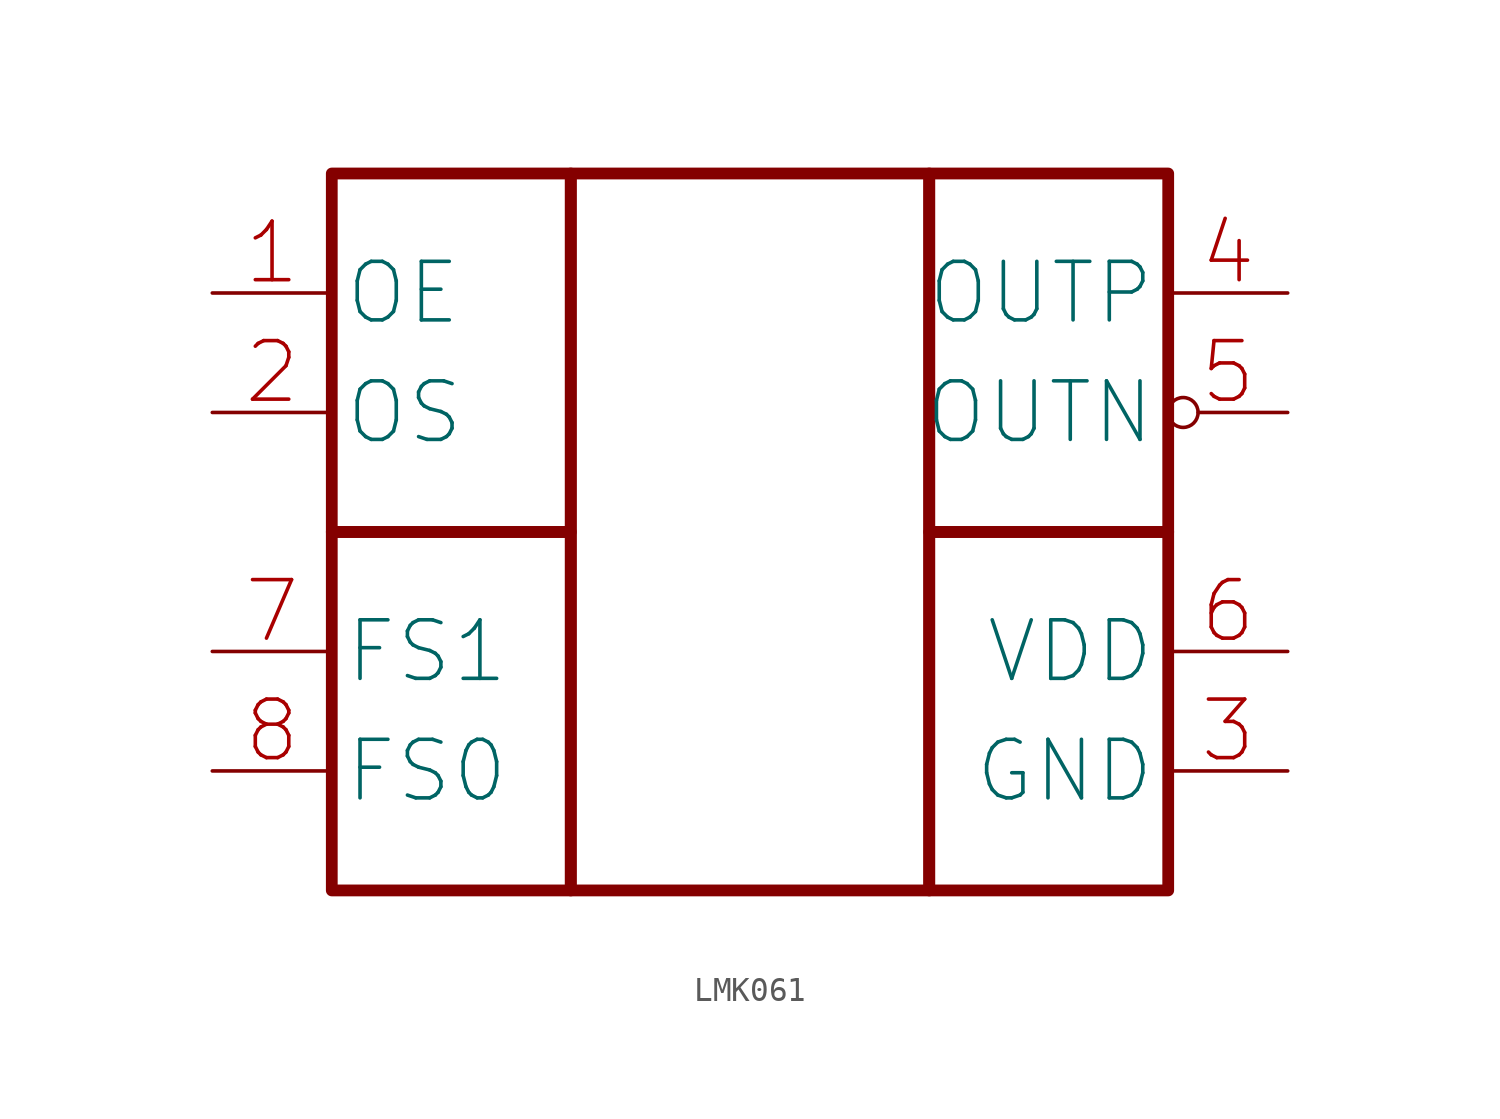
<source format=kicad_sym>
(kicad_symbol_lib
  (version 20241209)
  (generator "kicad_symbol_editor")
  (generator_version "9.0")
  (symbol "LMK061"
    (property "Reference" "LMK061"
      (at 17.78 -2.794 0)
      (effects (font (size 2.54 2.54)) (hide yes)))
    (property "Value" ""
      (at 0 0 0)
      (effects (font (size 1.27 1.27))))
    (symbol "LMK061_1_1"
      (rectangle (start 0 0) (end 10.16 -15.24) (stroke (width 0.5) (type default)) (fill (type none)))
      (rectangle (start 0 -15.24) (end 10.16 -30.48) (stroke (width 0.5) (type default)) (fill (type none)))
      (rectangle (start 10.16 0) (end 25.4 -30.48) (stroke (width 0.5) (type default)) (fill (type none)))
      (rectangle (start 25.4 0) (end 35.56 -15.24) (stroke (width 0.5) (type default)) (fill (type none)))
      (rectangle (start 25.4 -15.24) (end 35.56 -30.48) (stroke (width 0.5) (type default)) (fill (type none)))
      (pin input line (at -5.08 -5.08 0) (length 5.08) (name "OE" (effects (font (size 2.489 2.489)))) (number "1" (effects (font (size 2.489 2.489)))))
      (pin input line (at -5.08 -10.16 0) (length 5.08) (name "OS" (effects (font (size 2.489 2.489)))) (number "2" (effects (font (size 2.489 2.489)))))
      (pin input line (at -5.08 -20.32 0) (length 5.08) (name "FS1" (effects (font (size 2.489 2.489)))) (number "7" (effects (font (size 2.489 2.489)))))
      (pin input line (at -5.08 -25.4 0) (length 5.08) (name "FS0" (effects (font (size 2.489 2.489)))) (number "8" (effects (font (size 2.489 2.489)))))
      (pin output line (at 40.64 -5.08 180) (length 5.08) (name "OUTP" (effects (font (size 2.489 2.489)))) (number "4" (effects (font (size 2.489 2.489)))))
      (pin output inverted (at 40.64 -10.16 180) (length 5.08) (name "OUTN" (effects (font (size 2.489 2.489)))) (number "5" (effects (font (size 2.489 2.489)))))
      (pin power_in line (at 40.64 -20.32 180) (length 5.08) (name "VDD" (effects (font (size 2.489 2.489)))) (number "6" (effects (font (size 2.489 2.489)))))
      (pin power_in line (at 40.64 -25.4 180) (length 5.08) (name "GND" (effects (font (size 2.489 2.489)))) (number "3" (effects (font (size 2.489 2.489))))))))
</source>
